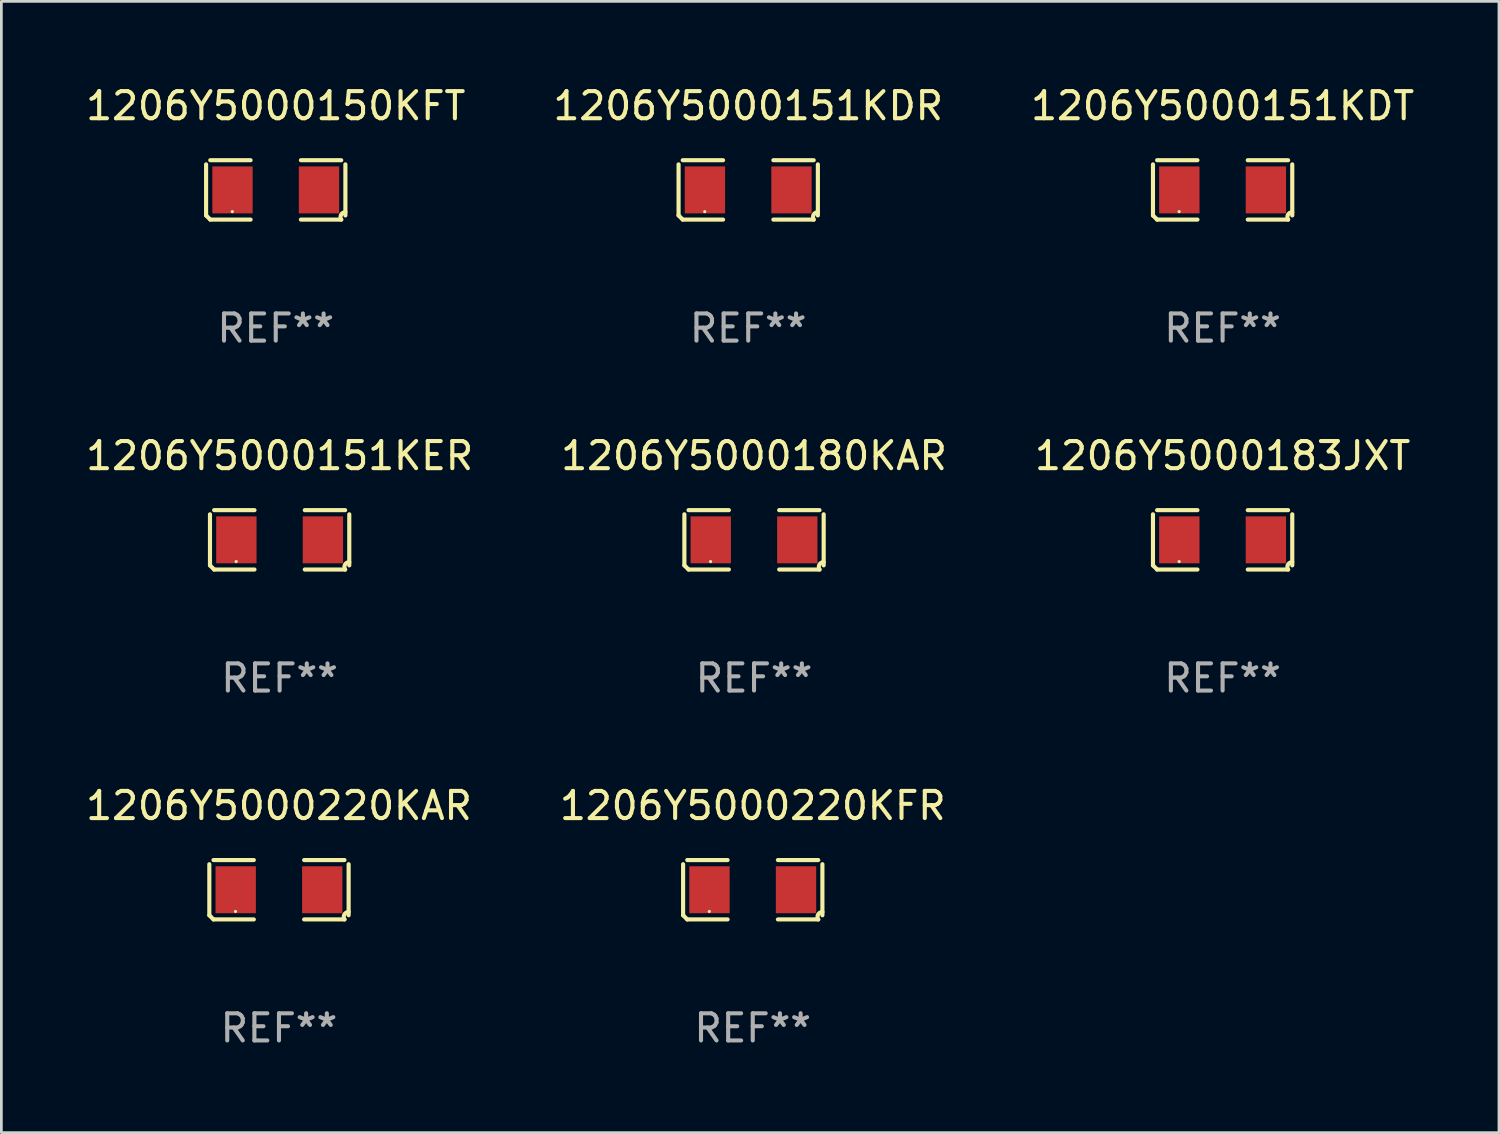
<source format=kicad_pcb>
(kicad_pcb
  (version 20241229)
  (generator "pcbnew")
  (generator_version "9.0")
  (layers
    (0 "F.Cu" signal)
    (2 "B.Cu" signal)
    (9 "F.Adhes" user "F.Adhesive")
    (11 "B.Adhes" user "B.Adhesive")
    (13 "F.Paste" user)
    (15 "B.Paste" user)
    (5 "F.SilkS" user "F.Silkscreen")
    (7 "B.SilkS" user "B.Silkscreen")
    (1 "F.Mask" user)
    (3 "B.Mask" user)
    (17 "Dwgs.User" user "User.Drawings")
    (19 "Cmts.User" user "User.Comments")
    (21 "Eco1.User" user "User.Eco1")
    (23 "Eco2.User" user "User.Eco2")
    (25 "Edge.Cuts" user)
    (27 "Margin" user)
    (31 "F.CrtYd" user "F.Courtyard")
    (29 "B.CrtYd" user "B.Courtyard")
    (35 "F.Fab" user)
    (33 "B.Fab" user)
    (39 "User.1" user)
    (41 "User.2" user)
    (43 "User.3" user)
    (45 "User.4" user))
  (footprint "1206Y5000180KAR"
    (layer "F.Cu")
    (at 24.708 16.823)
    (property "Reference" "1206Y5000180KAR" (at 0 -3.093 0) (layer "F.SilkS") (effects (font (size 1 1) (thickness 0.15))))
    (attr through_hole)
    (fp_line (start -2.564 0.94) (end -2.564 -0.94) (stroke (width 0.152) (type solid)) (layer "F.SilkS"))
    (fp_line (start -2.411 -1.093) (end -0.926 -1.093) (stroke (width 0.152) (type solid)) (layer "F.SilkS"))
    (fp_line (start -0.926 1.093) (end -2.411 1.093) (stroke (width 0.152) (type solid)) (layer "F.SilkS"))
    (fp_line (start 0.926 1.093) (end 2.411 1.093) (stroke (width 0.152) (type solid)) (layer "F.SilkS"))
    (fp_line (start 2.411 -1.093) (end 0.926 -1.093) (stroke (width 0.152) (type solid)) (layer "F.SilkS"))
    (fp_line (start 2.564 0.94) (end 2.564 -0.94) (stroke (width 0.152) (type solid)) (layer "F.SilkS"))
    (fp_arc (start -2.411201 1.092609) (mid -2.487413 1.01642) (end -2.563602 0.940208) (stroke (width 0.1524) (type solid)) (layer "F.SilkS"))
    (fp_arc (start 2.411201 1.092609) (mid 2.407159 0.911226) (end 2.563602 0.819347) (stroke (width 0.1524) (type solid)) (layer "F.SilkS"))
    (fp_circle (center -1.6 0.8) (end -1.57 0.8) (stroke (width 0.06) (type solid)) (fill no) (layer "F.SilkS"))
    (fp_text user "REF**" (at 0 5.093 0) (layer "F.Fab") (effects (font (size 1 1) (thickness 0.15))))
    (pad "1" smd rect (at -1.593 0) (size 1.485 1.728) (layers "F.Cu" "F.Mask" "F.Paste"))
    (pad "2" smd rect (at 1.593 0) (size 1.485 1.728) (layers "F.Cu" "F.Mask" "F.Paste")))
  (footprint "1206Y5000220KFR"
    (layer "F.Cu")
    (at 24.661 29.704)
    (property "Reference" "1206Y5000220KFR" (at 0 -3.093 0) (layer "F.SilkS") (effects (font (size 1 1) (thickness 0.15))))
    (attr through_hole)
    (fp_line (start -2.564 0.94) (end -2.564 -0.94) (stroke (width 0.152) (type solid)) (layer "F.SilkS"))
    (fp_line (start -2.411 -1.093) (end -0.926 -1.093) (stroke (width 0.152) (type solid)) (layer "F.SilkS"))
    (fp_line (start -0.926 1.093) (end -2.411 1.093) (stroke (width 0.152) (type solid)) (layer "F.SilkS"))
    (fp_line (start 0.926 1.093) (end 2.411 1.093) (stroke (width 0.152) (type solid)) (layer "F.SilkS"))
    (fp_line (start 2.411 -1.093) (end 0.926 -1.093) (stroke (width 0.152) (type solid)) (layer "F.SilkS"))
    (fp_line (start 2.564 0.94) (end 2.564 -0.94) (stroke (width 0.152) (type solid)) (layer "F.SilkS"))
    (fp_arc (start -2.411201 1.092609) (mid -2.487413 1.01642) (end -2.563602 0.940208) (stroke (width 0.1524) (type solid)) (layer "F.SilkS"))
    (fp_arc (start 2.411201 1.092609) (mid 2.407159 0.911226) (end 2.563602 0.819347) (stroke (width 0.1524) (type solid)) (layer "F.SilkS"))
    (fp_circle (center -1.6 0.8) (end -1.57 0.8) (stroke (width 0.06) (type solid)) (fill no) (layer "F.SilkS"))
    (fp_text user "REF**" (at 0 5.093 0) (layer "F.Fab") (effects (font (size 1 1) (thickness 0.15))))
    (pad "1" smd rect (at -1.593 0) (size 1.485 1.728) (layers "F.Cu" "F.Mask" "F.Paste"))
    (pad "2" smd rect (at 1.593 0) (size 1.485 1.728) (layers "F.Cu" "F.Mask" "F.Paste")))
  (footprint "1206Y5000150KFT"
    (layer "F.Cu")
    (at 7.101 3.941)
    (property "Reference" "1206Y5000150KFT" (at 0 -3.093 0) (layer "F.SilkS") (effects (font (size 1 1) (thickness 0.15))))
    (attr through_hole)
    (fp_line (start -2.564 0.94) (end -2.564 -0.94) (stroke (width 0.152) (type solid)) (layer "F.SilkS"))
    (fp_line (start -2.411 -1.093) (end -0.926 -1.093) (stroke (width 0.152) (type solid)) (layer "F.SilkS"))
    (fp_line (start -0.926 1.093) (end -2.411 1.093) (stroke (width 0.152) (type solid)) (layer "F.SilkS"))
    (fp_line (start 0.926 1.093) (end 2.411 1.093) (stroke (width 0.152) (type solid)) (layer "F.SilkS"))
    (fp_line (start 2.411 -1.093) (end 0.926 -1.093) (stroke (width 0.152) (type solid)) (layer "F.SilkS"))
    (fp_line (start 2.564 0.94) (end 2.564 -0.94) (stroke (width 0.152) (type solid)) (layer "F.SilkS"))
    (fp_arc (start -2.411201 1.092609) (mid -2.487413 1.01642) (end -2.563602 0.940208) (stroke (width 0.1524) (type solid)) (layer "F.SilkS"))
    (fp_arc (start 2.411201 1.092609) (mid 2.407159 0.911226) (end 2.563602 0.819347) (stroke (width 0.1524) (type solid)) (layer "F.SilkS"))
    (fp_circle (center -1.6 0.8) (end -1.57 0.8) (stroke (width 0.06) (type solid)) (fill no) (layer "F.SilkS"))
    (fp_text user "REF**" (at 0 5.093 0) (layer "F.Fab") (effects (font (size 1 1) (thickness 0.15))))
    (pad "1" smd rect (at -1.593 0) (size 1.485 1.728) (layers "F.Cu" "F.Mask" "F.Paste"))
    (pad "2" smd rect (at 1.593 0) (size 1.485 1.728) (layers "F.Cu" "F.Mask" "F.Paste")))
  (footprint "1206Y5000151KER"
    (layer "F.Cu")
    (at 7.244 16.823)
    (property "Reference" "1206Y5000151KER" (at 0 -3.093 0) (layer "F.SilkS") (effects (font (size 1 1) (thickness 0.15))))
    (attr through_hole)
    (fp_line (start -2.564 0.94) (end -2.564 -0.94) (stroke (width 0.152) (type solid)) (layer "F.SilkS"))
    (fp_line (start -2.411 -1.093) (end -0.926 -1.093) (stroke (width 0.152) (type solid)) (layer "F.SilkS"))
    (fp_line (start -0.926 1.093) (end -2.411 1.093) (stroke (width 0.152) (type solid)) (layer "F.SilkS"))
    (fp_line (start 0.926 1.093) (end 2.411 1.093) (stroke (width 0.152) (type solid)) (layer "F.SilkS"))
    (fp_line (start 2.411 -1.093) (end 0.926 -1.093) (stroke (width 0.152) (type solid)) (layer "F.SilkS"))
    (fp_line (start 2.564 0.94) (end 2.564 -0.94) (stroke (width 0.152) (type solid)) (layer "F.SilkS"))
    (fp_arc (start -2.411201 1.092609) (mid -2.487413 1.01642) (end -2.563602 0.940208) (stroke (width 0.1524) (type solid)) (layer "F.SilkS"))
    (fp_arc (start 2.411201 1.092609) (mid 2.407159 0.911226) (end 2.563602 0.819347) (stroke (width 0.1524) (type solid)) (layer "F.SilkS"))
    (fp_circle (center -1.6 0.8) (end -1.57 0.8) (stroke (width 0.06) (type solid)) (fill no) (layer "F.SilkS"))
    (fp_text user "REF**" (at 0 5.093 0) (layer "F.Fab") (effects (font (size 1 1) (thickness 0.15))))
    (pad "1" smd rect (at -1.593 0) (size 1.485 1.728) (layers "F.Cu" "F.Mask" "F.Paste"))
    (pad "2" smd rect (at 1.593 0) (size 1.485 1.728) (layers "F.Cu" "F.Mask" "F.Paste")))
  (footprint "1206Y5000183JXT"
    (layer "F.Cu")
    (at 41.958 16.823)
    (property "Reference" "1206Y5000183JXT" (at 0 -3.093 0) (layer "F.SilkS") (effects (font (size 1 1) (thickness 0.15))))
    (attr through_hole)
    (fp_line (start -2.564 0.94) (end -2.564 -0.94) (stroke (width 0.152) (type solid)) (layer "F.SilkS"))
    (fp_line (start -2.411 -1.093) (end -0.926 -1.093) (stroke (width 0.152) (type solid)) (layer "F.SilkS"))
    (fp_line (start -0.926 1.093) (end -2.411 1.093) (stroke (width 0.152) (type solid)) (layer "F.SilkS"))
    (fp_line (start 0.926 1.093) (end 2.411 1.093) (stroke (width 0.152) (type solid)) (layer "F.SilkS"))
    (fp_line (start 2.411 -1.093) (end 0.926 -1.093) (stroke (width 0.152) (type solid)) (layer "F.SilkS"))
    (fp_line (start 2.564 0.94) (end 2.564 -0.94) (stroke (width 0.152) (type solid)) (layer "F.SilkS"))
    (fp_arc (start -2.411201 1.092609) (mid -2.487413 1.01642) (end -2.563602 0.940208) (stroke (width 0.1524) (type solid)) (layer "F.SilkS"))
    (fp_arc (start 2.411201 1.092609) (mid 2.407159 0.911226) (end 2.563602 0.819347) (stroke (width 0.1524) (type solid)) (layer "F.SilkS"))
    (fp_circle (center -1.6 0.8) (end -1.57 0.8) (stroke (width 0.06) (type solid)) (fill no) (layer "F.SilkS"))
    (fp_text user "REF**" (at 0 5.093 0) (layer "F.Fab") (effects (font (size 1 1) (thickness 0.15))))
    (pad "1" smd rect (at -1.593 0) (size 1.485 1.728) (layers "F.Cu" "F.Mask" "F.Paste"))
    (pad "2" smd rect (at 1.593 0) (size 1.485 1.728) (layers "F.Cu" "F.Mask" "F.Paste")))
  (footprint "1206Y5000151KDR"
    (layer "F.Cu")
    (at 24.494 3.941)
    (property "Reference" "1206Y5000151KDR" (at 0 -3.093 0) (layer "F.SilkS") (effects (font (size 1 1) (thickness 0.15))))
    (attr through_hole)
    (fp_line (start -2.564 0.94) (end -2.564 -0.94) (stroke (width 0.152) (type solid)) (layer "F.SilkS"))
    (fp_line (start -2.411 -1.093) (end -0.926 -1.093) (stroke (width 0.152) (type solid)) (layer "F.SilkS"))
    (fp_line (start -0.926 1.093) (end -2.411 1.093) (stroke (width 0.152) (type solid)) (layer "F.SilkS"))
    (fp_line (start 0.926 1.093) (end 2.411 1.093) (stroke (width 0.152) (type solid)) (layer "F.SilkS"))
    (fp_line (start 2.411 -1.093) (end 0.926 -1.093) (stroke (width 0.152) (type solid)) (layer "F.SilkS"))
    (fp_line (start 2.564 0.94) (end 2.564 -0.94) (stroke (width 0.152) (type solid)) (layer "F.SilkS"))
    (fp_arc (start -2.411201 1.092609) (mid -2.487413 1.01642) (end -2.563602 0.940208) (stroke (width 0.1524) (type solid)) (layer "F.SilkS"))
    (fp_arc (start 2.411201 1.092609) (mid 2.407159 0.911226) (end 2.563602 0.819347) (stroke (width 0.1524) (type solid)) (layer "F.SilkS"))
    (fp_circle (center -1.6 0.8) (end -1.57 0.8) (stroke (width 0.06) (type solid)) (fill no) (layer "F.SilkS"))
    (fp_text user "REF**" (at 0 5.093 0) (layer "F.Fab") (effects (font (size 1 1) (thickness 0.15))))
    (pad "1" smd rect (at -1.593 0) (size 1.485 1.728) (layers "F.Cu" "F.Mask" "F.Paste"))
    (pad "2" smd rect (at 1.593 0) (size 1.485 1.728) (layers "F.Cu" "F.Mask" "F.Paste")))
  (footprint "1206Y5000151KDT"
    (layer "F.Cu")
    (at 41.958 3.941)
    (property "Reference" "1206Y5000151KDT" (at 0 -3.093 0) (layer "F.SilkS") (effects (font (size 1 1) (thickness 0.15))))
    (attr through_hole)
    (fp_line (start -2.564 0.94) (end -2.564 -0.94) (stroke (width 0.152) (type solid)) (layer "F.SilkS"))
    (fp_line (start -2.411 -1.093) (end -0.926 -1.093) (stroke (width 0.152) (type solid)) (layer "F.SilkS"))
    (fp_line (start -0.926 1.093) (end -2.411 1.093) (stroke (width 0.152) (type solid)) (layer "F.SilkS"))
    (fp_line (start 0.926 1.093) (end 2.411 1.093) (stroke (width 0.152) (type solid)) (layer "F.SilkS"))
    (fp_line (start 2.411 -1.093) (end 0.926 -1.093) (stroke (width 0.152) (type solid)) (layer "F.SilkS"))
    (fp_line (start 2.564 0.94) (end 2.564 -0.94) (stroke (width 0.152) (type solid)) (layer "F.SilkS"))
    (fp_arc (start -2.411201 1.092609) (mid -2.487413 1.01642) (end -2.563602 0.940208) (stroke (width 0.1524) (type solid)) (layer "F.SilkS"))
    (fp_arc (start 2.411201 1.092609) (mid 2.407159 0.911226) (end 2.563602 0.819347) (stroke (width 0.1524) (type solid)) (layer "F.SilkS"))
    (fp_circle (center -1.6 0.8) (end -1.57 0.8) (stroke (width 0.06) (type solid)) (fill no) (layer "F.SilkS"))
    (fp_text user "REF**" (at 0 5.093 0) (layer "F.Fab") (effects (font (size 1 1) (thickness 0.15))))
    (pad "1" smd rect (at -1.593 0) (size 1.485 1.728) (layers "F.Cu" "F.Mask" "F.Paste"))
    (pad "2" smd rect (at 1.593 0) (size 1.485 1.728) (layers "F.Cu" "F.Mask" "F.Paste")))
  (footprint "1206Y5000220KAR"
    (layer "F.Cu")
    (at 7.22 29.704)
    (property "Reference" "1206Y5000220KAR" (at 0 -3.093 0) (layer "F.SilkS") (effects (font (size 1 1) (thickness 0.15))))
    (attr through_hole)
    (fp_line (start -2.564 0.94) (end -2.564 -0.94) (stroke (width 0.152) (type solid)) (layer "F.SilkS"))
    (fp_line (start -2.411 -1.093) (end -0.926 -1.093) (stroke (width 0.152) (type solid)) (layer "F.SilkS"))
    (fp_line (start -0.926 1.093) (end -2.411 1.093) (stroke (width 0.152) (type solid)) (layer "F.SilkS"))
    (fp_line (start 0.926 1.093) (end 2.411 1.093) (stroke (width 0.152) (type solid)) (layer "F.SilkS"))
    (fp_line (start 2.411 -1.093) (end 0.926 -1.093) (stroke (width 0.152) (type solid)) (layer "F.SilkS"))
    (fp_line (start 2.564 0.94) (end 2.564 -0.94) (stroke (width 0.152) (type solid)) (layer "F.SilkS"))
    (fp_arc (start -2.411201 1.092609) (mid -2.487413 1.01642) (end -2.563602 0.940208) (stroke (width 0.1524) (type solid)) (layer "F.SilkS"))
    (fp_arc (start 2.411201 1.092609) (mid 2.407159 0.911226) (end 2.563602 0.819347) (stroke (width 0.1524) (type solid)) (layer "F.SilkS"))
    (fp_circle (center -1.6 0.8) (end -1.57 0.8) (stroke (width 0.06) (type solid)) (fill no) (layer "F.SilkS"))
    (fp_text user "REF**" (at 0 5.093 0) (layer "F.Fab") (effects (font (size 1 1) (thickness 0.15))))
    (pad "1" smd rect (at -1.593 0) (size 1.485 1.728) (layers "F.Cu" "F.Mask" "F.Paste"))
    (pad "2" smd rect (at 1.593 0) (size 1.485 1.728) (layers "F.Cu" "F.Mask" "F.Paste")))
  (gr_rect
    (start -3 -3)
    (end 52.131 38.645)
    (stroke (width 0.1) (type default))
    (fill no)
    (layer "Edge.Cuts")))
</source>
